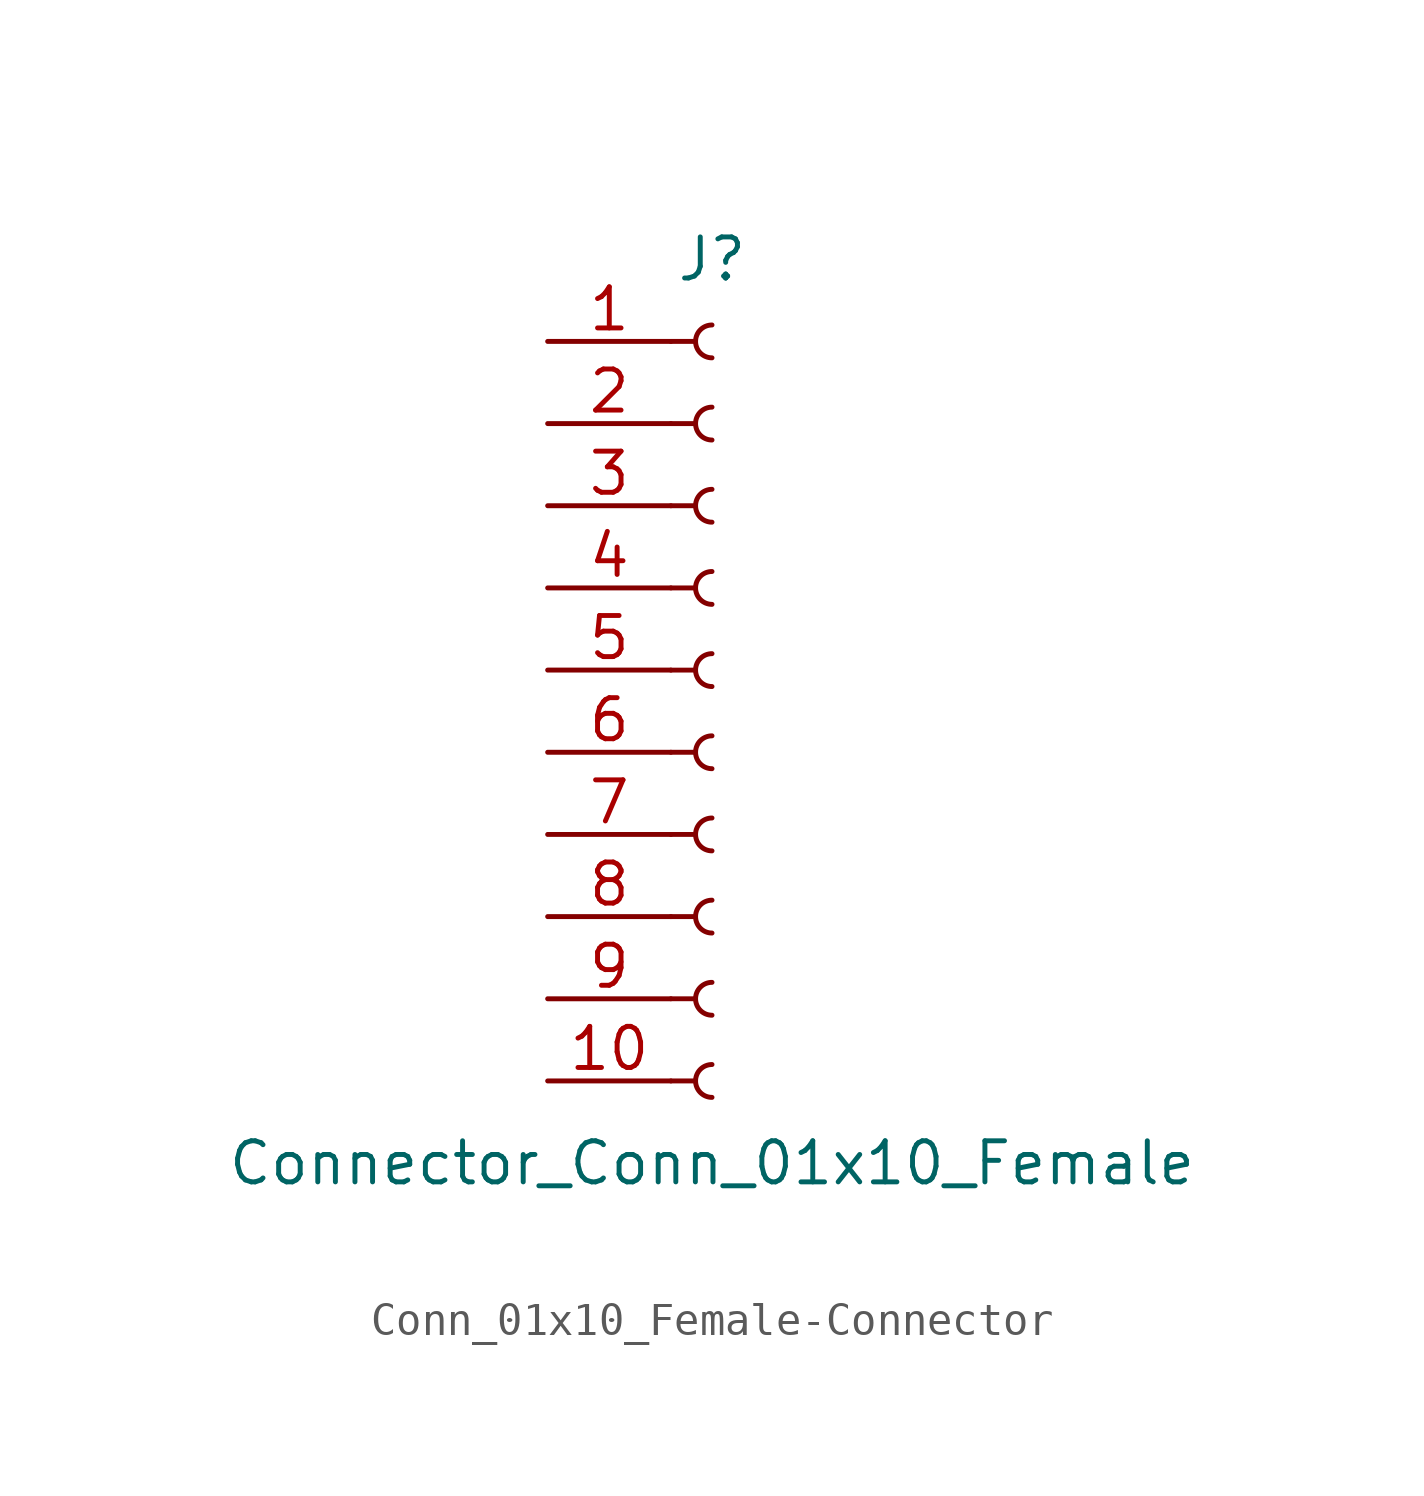
<source format=kicad_sym>
(kicad_symbol_lib
  (version 20231120)
  (generator "kicad_symbol_editor")
  (generator_version "8.0")
  (symbol "Conn_01x10_Female-Connector"
    (pin_names
      (offset 1.016) hide)
    (property "Reference" "J"
      (at 0 12.7 0)
      (effects (font (size 1.27 1.27))))
    (property "Value" "Connector_Conn_01x10_Female"
      (at 0 -15.24 0)
      (effects (font (size 1.27 1.27))))
    (symbol "Conn_01x10_Female-Connector_1_1"
      (arc (start 0 -12.192) (mid -0.508 -12.7) (end 0 -13.208) (stroke (width 0.1524) (type solid)) (fill (type none)))
      (arc (start 0 -9.652) (mid -0.508 -10.16) (end 0 -10.668) (stroke (width 0.1524) (type solid)) (fill (type none)))
      (arc (start 0 -7.112) (mid -0.508 -7.62) (end 0 -8.128) (stroke (width 0.1524) (type solid)) (fill (type none)))
      (arc (start 0 -4.572) (mid -0.508 -5.08) (end 0 -5.588) (stroke (width 0.1524) (type solid)) (fill (type none)))
      (arc (start 0 -2.032) (mid -0.508 -2.54) (end 0 -3.048) (stroke (width 0.1524) (type solid)) (fill (type none)))
      (polyline (pts (xy -1.27 -12.7) (xy -0.508 -12.7)) (stroke (width 0.152) (type solid)) (fill (type none)))
      (polyline (pts (xy -1.27 -10.16) (xy -0.508 -10.16)) (stroke (width 0.152) (type solid)) (fill (type none)))
      (polyline (pts (xy -1.27 -7.62) (xy -0.508 -7.62)) (stroke (width 0.152) (type solid)) (fill (type none)))
      (polyline (pts (xy -1.27 -5.08) (xy -0.508 -5.08)) (stroke (width 0.152) (type solid)) (fill (type none)))
      (polyline (pts (xy -1.27 -2.54) (xy -0.508 -2.54)) (stroke (width 0.152) (type solid)) (fill (type none)))
      (polyline (pts (xy -1.27 0) (xy -0.508 0)) (stroke (width 0.152) (type solid)) (fill (type none)))
      (polyline (pts (xy -1.27 2.54) (xy -0.508 2.54)) (stroke (width 0.152) (type solid)) (fill (type none)))
      (polyline (pts (xy -1.27 5.08) (xy -0.508 5.08)) (stroke (width 0.152) (type solid)) (fill (type none)))
      (polyline (pts (xy -1.27 7.62) (xy -0.508 7.62)) (stroke (width 0.152) (type solid)) (fill (type none)))
      (polyline (pts (xy -1.27 10.16) (xy -0.508 10.16)) (stroke (width 0.152) (type solid)) (fill (type none)))
      (arc (start 0 0.508) (mid -0.508 0) (end 0 -0.508) (stroke (width 0.1524) (type solid)) (fill (type none)))
      (arc (start 0 3.048) (mid -0.508 2.54) (end 0 2.032) (stroke (width 0.1524) (type solid)) (fill (type none)))
      (arc (start 0 5.588) (mid -0.508 5.08) (end 0 4.572) (stroke (width 0.1524) (type solid)) (fill (type none)))
      (arc (start 0 8.128) (mid -0.508 7.62) (end 0 7.112) (stroke (width 0.1524) (type solid)) (fill (type none)))
      (arc (start 0 10.668) (mid -0.508 10.16) (end 0 9.652) (stroke (width 0.1524) (type solid)) (fill (type none)))
      (pin passive line (at -5.08 10.16 0) (length 3.81) (name "Pin_1" (effects (font (size 1.27 1.27)))) (number "1" (effects (font (size 1.27 1.27)))))
      (pin passive line (at -5.08 -12.7 0) (length 3.81) (name "Pin_10" (effects (font (size 1.27 1.27)))) (number "10" (effects (font (size 1.27 1.27)))))
      (pin passive line (at -5.08 7.62 0) (length 3.81) (name "Pin_2" (effects (font (size 1.27 1.27)))) (number "2" (effects (font (size 1.27 1.27)))))
      (pin passive line (at -5.08 5.08 0) (length 3.81) (name "Pin_3" (effects (font (size 1.27 1.27)))) (number "3" (effects (font (size 1.27 1.27)))))
      (pin passive line (at -5.08 2.54 0) (length 3.81) (name "Pin_4" (effects (font (size 1.27 1.27)))) (number "4" (effects (font (size 1.27 1.27)))))
      (pin passive line (at -5.08 0 0) (length 3.81) (name "Pin_5" (effects (font (size 1.27 1.27)))) (number "5" (effects (font (size 1.27 1.27)))))
      (pin passive line (at -5.08 -2.54 0) (length 3.81) (name "Pin_6" (effects (font (size 1.27 1.27)))) (number "6" (effects (font (size 1.27 1.27)))))
      (pin passive line (at -5.08 -5.08 0) (length 3.81) (name "Pin_7" (effects (font (size 1.27 1.27)))) (number "7" (effects (font (size 1.27 1.27)))))
      (pin passive line (at -5.08 -7.62 0) (length 3.81) (name "Pin_8" (effects (font (size 1.27 1.27)))) (number "8" (effects (font (size 1.27 1.27)))))
      (pin passive line (at -5.08 -10.16 0) (length 3.81) (name "Pin_9" (effects (font (size 1.27 1.27)))) (number "9" (effects (font (size 1.27 1.27))))))))
</source>
